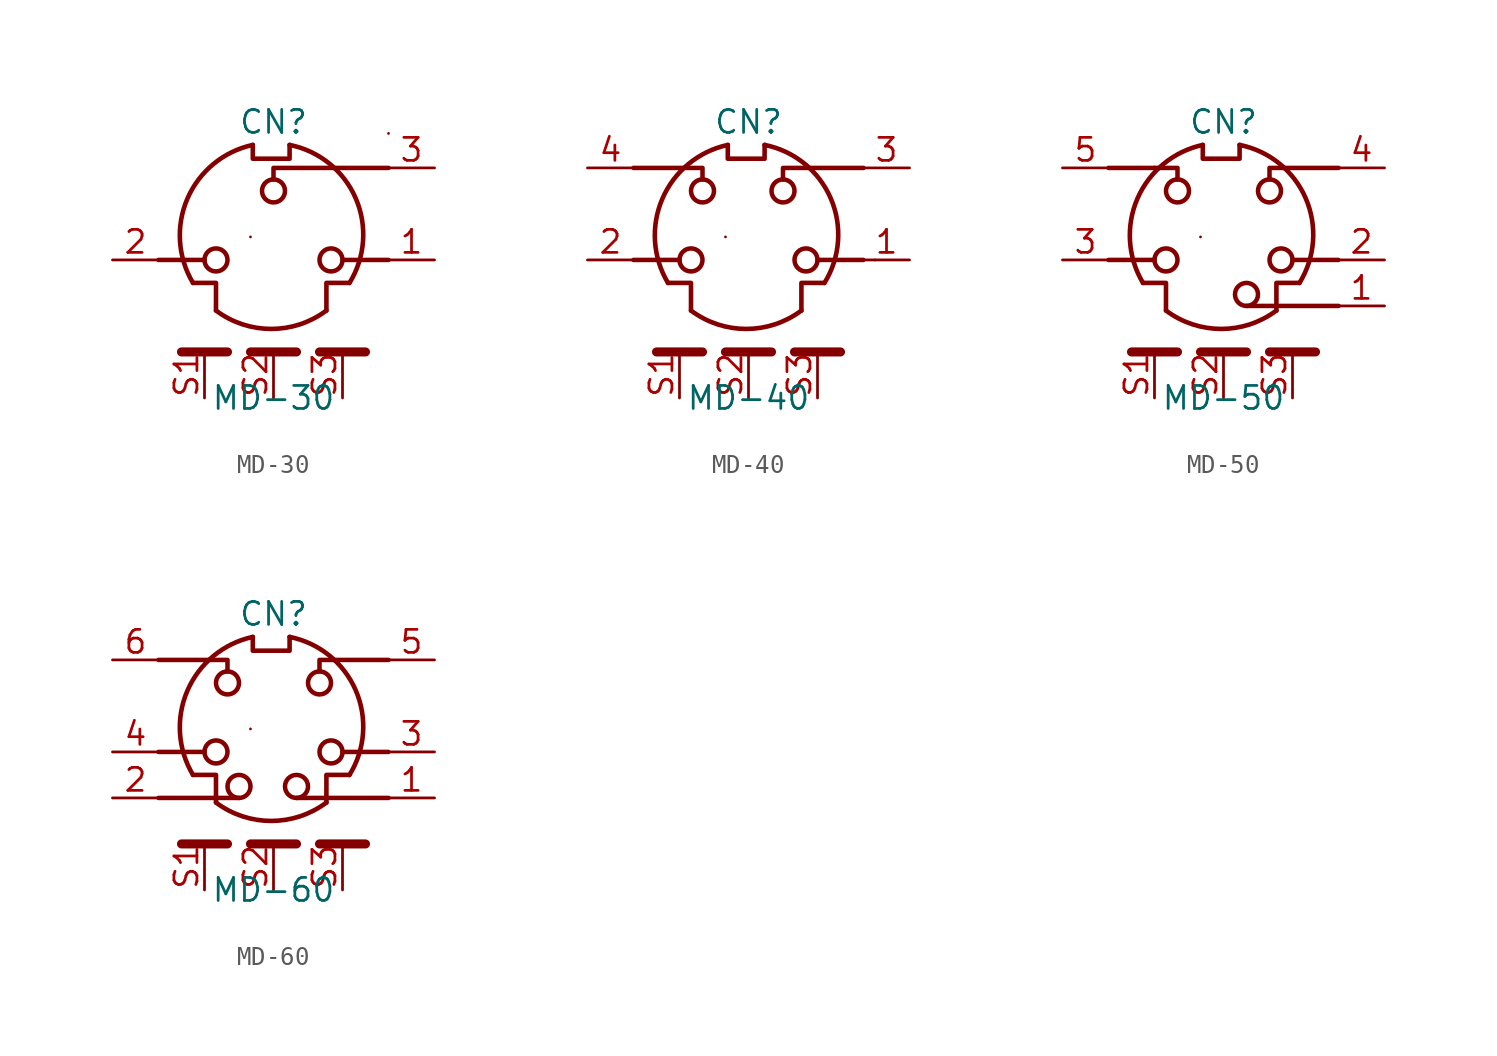
<source format=kicad_sym>
(kicad_symbol_lib
  (version 20211014)
  (generator kicad_symbol_editor)
  (symbol "MD-30"
    (property "Reference" "CN"
      (at 0 6.35 0)
      (effects (font (size 1.27 1.27))))
    (property "Value" "MD-30"
      (at 0 -8.89 0)
      (effects (font (size 1.27 1.27))))
    (symbol "MD-30_0_1"
      (arc (start -3.175 -4.064) (mid -0.127 -5.08) (end 2.921 -4.064) (stroke (width 0.254) (type default) (color 0 0 0 0)) (fill (type none)))
      (circle (center -3.175 -1.27) (radius 0.635) (stroke (width 0.25) (type default) (color 0 0 0 0)) (fill (type none)))
      (rectangle (start -1.27 0) (end -1.27 0) (stroke (width 0) (type default) (color 0 0 0 0)) (fill (type none)))
      (arc (start -1.143 5.08) (mid -4.7511 2.1181) (end -4.445 -2.54) (stroke (width 0.254) (type default) (color 0 0 0 0)) (fill (type none)))
      (polyline (pts (xy -6.35 -1.27) (xy -3.81 -1.27)) (stroke (width 0.25) (type default) (color 0 0 0 0)) (fill (type none)))
      (polyline (pts (xy -5.08 -6.35) (xy -2.54 -6.35)) (stroke (width 0.5) (type default) (color 0 0 0 0)) (fill (type none)))
      (polyline (pts (xy -1.27 -6.35) (xy 1.27 -6.35)) (stroke (width 0.5) (type default) (color 0 0 0 0)) (fill (type none)))
      (polyline (pts (xy 2.54 -6.35) (xy 5.08 -6.35)) (stroke (width 0.5) (type default) (color 0 0 0 0)) (fill (type none)))
      (polyline (pts (xy 3.81 -1.27) (xy 6.35 -1.27)) (stroke (width 0.25) (type default) (color 0 0 0 0)) (fill (type none)))
      (polyline (pts (xy 6.35 5.715) (xy 6.35 5.715)) (stroke (width 0) (type default) (color 0 0 0 0)) (fill (type none)))
      (polyline (pts (xy -4.445 -2.54) (xy -3.175 -2.54) (xy -3.175 -4.064)) (stroke (width 0.254) (type default) (color 0 0 0 0)) (fill (type none)))
      (polyline (pts (xy 0 3.175) (xy 0 3.81) (xy 6.35 3.81)) (stroke (width 0.25) (type default) (color 0 0 0 0)) (fill (type none)))
      (polyline (pts (xy 4.191 -2.54) (xy 2.921 -2.54) (xy 2.921 -4.064)) (stroke (width 0.254) (type default) (color 0 0 0 0)) (fill (type none)))
      (polyline (pts (xy -1.143 5.08) (xy -1.143 4.318) (xy 0.889 4.318) (xy 0.889 5.08)) (stroke (width 0.254) (type default) (color 0 0 0 0)) (fill (type none)))
      (circle (center 0 2.54) (radius 0.635) (stroke (width 0.25) (type default) (color 0 0 0 0)) (fill (type none)))
      (circle (center 3.175 -1.27) (radius 0.635) (stroke (width 0.25) (type default) (color 0 0 0 0)) (fill (type none)))
      (arc (start 4.191 -2.54) (mid 4.5376 2.1357) (end 0.889 5.08) (stroke (width 0.254) (type default) (color 0 0 0 0)) (fill (type none))))
    (symbol "MD-30_1_1"
      (pin passive line (at 8.89 -1.27 180) (length 2.54) (name "" (effects (font (size 1.27 1.27)))) (number "1" (effects (font (size 1.27 1.27)))))
      (pin passive line (at -8.89 -1.27 0) (length 2.54) (name "" (effects (font (size 1.27 1.27)))) (number "2" (effects (font (size 1.27 1.27)))))
      (pin passive line (at 8.89 3.81 180) (length 2.54) (name "" (effects (font (size 1.27 1.27)))) (number "3" (effects (font (size 1.27 1.27)))))
      (pin passive line (at -3.81 -8.89 90) (length 2.54) (name "" (effects (font (size 1.27 1.27)))) (number "S1" (effects (font (size 1.27 1.27)))))
      (pin passive line (at 0 -8.89 90) (length 2.54) (name "" (effects (font (size 1.27 1.27)))) (number "S2" (effects (font (size 1.27 1.27)))))
      (pin passive line (at 3.81 -8.89 90) (length 2.54) (name "" (effects (font (size 1.27 1.27)))) (number "S3" (effects (font (size 1.27 1.27)))))))
  (symbol "MD-40"
    (property "Reference" "CN"
      (at 0 6.35 0)
      (effects (font (size 1.27 1.27))))
    (property "Value" "MD-40"
      (at 0 -8.89 0)
      (effects (font (size 1.27 1.27))))
    (symbol "MD-40_0_1"
      (arc (start -3.175 -4.064) (mid -0.127 -5.08) (end 2.921 -4.064) (stroke (width 0.254) (type default) (color 0 0 0 0)) (fill (type none)))
      (circle (center -3.175 -1.27) (radius 0.635) (stroke (width 0.25) (type default) (color 0 0 0 0)) (fill (type none)))
      (circle (center -2.54 2.54) (radius 0.635) (stroke (width 0.25) (type default) (color 0 0 0 0)) (fill (type none)))
      (rectangle (start -1.27 0) (end -1.27 0) (stroke (width 0) (type default) (color 0 0 0 0)) (fill (type none)))
      (arc (start -1.143 5.08) (mid -4.7511 2.1181) (end -4.445 -2.54) (stroke (width 0.254) (type default) (color 0 0 0 0)) (fill (type none)))
      (polyline (pts (xy -6.35 -1.27) (xy -3.81 -1.27)) (stroke (width 0.25) (type default) (color 0 0 0 0)) (fill (type none)))
      (polyline (pts (xy -5.08 -6.35) (xy -2.54 -6.35)) (stroke (width 0.5) (type default) (color 0 0 0 0)) (fill (type none)))
      (polyline (pts (xy -1.27 -6.35) (xy 1.27 -6.35)) (stroke (width 0.5) (type default) (color 0 0 0 0)) (fill (type none)))
      (polyline (pts (xy 2.54 -6.35) (xy 5.08 -6.35)) (stroke (width 0.5) (type default) (color 0 0 0 0)) (fill (type none)))
      (polyline (pts (xy 3.81 -1.27) (xy 6.34 -1.27)) (stroke (width 0.25) (type default) (color 0 0 0 0)) (fill (type none)))
      (polyline (pts (xy 6.985 -1.27) (xy 6.985 -1.27)) (stroke (width 0) (type default) (color 0 0 0 0)) (fill (type none)))
      (polyline (pts (xy -6.35 3.81) (xy -2.54 3.81) (xy -2.54 3.175)) (stroke (width 0.25) (type default) (color 0 0 0 0)) (fill (type none)))
      (polyline (pts (xy -4.445 -2.54) (xy -3.175 -2.54) (xy -3.175 -4.064)) (stroke (width 0.254) (type default) (color 0 0 0 0)) (fill (type none)))
      (polyline (pts (xy 1.905 3.175) (xy 1.905 3.81) (xy 6.35 3.81)) (stroke (width 0.25) (type default) (color 0 0 0 0)) (fill (type none)))
      (polyline (pts (xy 4.191 -2.54) (xy 2.921 -2.54) (xy 2.921 -4.064)) (stroke (width 0.254) (type default) (color 0 0 0 0)) (fill (type none)))
      (polyline (pts (xy -1.143 5.08) (xy -1.143 4.318) (xy 0.889 4.318) (xy 0.889 5.08)) (stroke (width 0.254) (type default) (color 0 0 0 0)) (fill (type none)))
      (circle (center 1.905 2.54) (radius 0.635) (stroke (width 0.25) (type default) (color 0 0 0 0)) (fill (type none)))
      (circle (center 3.175 -1.27) (radius 0.635) (stroke (width 0.25) (type default) (color 0 0 0 0)) (fill (type none)))
      (arc (start 4.191 -2.54) (mid 4.5376 2.1357) (end 0.889 5.08) (stroke (width 0.254) (type default) (color 0 0 0 0)) (fill (type none))))
    (symbol "MD-40_1_1"
      (pin passive line (at 8.89 -1.27 180) (length 2.54) (name "" (effects (font (size 1.27 1.27)))) (number "1" (effects (font (size 1.27 1.27)))))
      (pin passive line (at -8.89 -1.27 0) (length 2.54) (name "" (effects (font (size 1.27 1.27)))) (number "2" (effects (font (size 1.27 1.27)))))
      (pin passive line (at 8.89 3.81 180) (length 2.54) (name "" (effects (font (size 1.27 1.27)))) (number "3" (effects (font (size 1.27 1.27)))))
      (pin passive line (at -8.89 3.81 0) (length 2.54) (name "" (effects (font (size 1.27 1.27)))) (number "4" (effects (font (size 1.27 1.27)))))
      (pin passive line (at -3.81 -8.89 90) (length 2.54) (name "" (effects (font (size 1.27 1.27)))) (number "S1" (effects (font (size 1.27 1.27)))))
      (pin passive line (at 0 -8.89 90) (length 2.54) (name "" (effects (font (size 1.27 1.27)))) (number "S2" (effects (font (size 1.27 1.27)))))
      (pin passive line (at 3.81 -8.89 90) (length 2.54) (name "" (effects (font (size 1.27 1.27)))) (number "S3" (effects (font (size 1.27 1.27)))))))
  (symbol "MD-50"
    (property "Reference" "CN"
      (at 0 6.35 0)
      (effects (font (size 1.27 1.27))))
    (property "Value" "MD-50"
      (at 0 -8.89 0)
      (effects (font (size 1.27 1.27))))
    (symbol "MD-50_0_1"
      (arc (start -3.175 -4.064) (mid -0.127 -5.08) (end 2.921 -4.064) (stroke (width 0.254) (type default) (color 0 0 0 0)) (fill (type none)))
      (circle (center -3.175 -1.27) (radius 0.635) (stroke (width 0.25) (type default) (color 0 0 0 0)) (fill (type none)))
      (circle (center -2.54 2.54) (radius 0.635) (stroke (width 0.25) (type default) (color 0 0 0 0)) (fill (type none)))
      (rectangle (start -1.27 0) (end -1.27 0) (stroke (width 0) (type default) (color 0 0 0 0)) (fill (type none)))
      (arc (start -1.143 5.08) (mid -4.7511 2.1181) (end -4.445 -2.54) (stroke (width 0.254) (type default) (color 0 0 0 0)) (fill (type none)))
      (polyline (pts (xy -6.35 -1.27) (xy -3.81 -1.27)) (stroke (width 0.25) (type default) (color 0 0 0 0)) (fill (type none)))
      (polyline (pts (xy -5.08 -6.35) (xy -2.54 -6.35)) (stroke (width 0.5) (type default) (color 0 0 0 0)) (fill (type none)))
      (polyline (pts (xy -3.81 3.81) (xy -3.81 3.81)) (stroke (width 0.25) (type default) (color 0 0 0 0)) (fill (type none)))
      (polyline (pts (xy -1.27 -6.35) (xy 1.27 -6.35)) (stroke (width 0.5) (type default) (color 0 0 0 0)) (fill (type none)))
      (polyline (pts (xy 2.54 -6.35) (xy 5.08 -6.35)) (stroke (width 0.5) (type default) (color 0 0 0 0)) (fill (type none)))
      (polyline (pts (xy 3.81 -1.27) (xy 6.34 -1.27)) (stroke (width 0.25) (type default) (color 0 0 0 0)) (fill (type none)))
      (polyline (pts (xy -6.35 3.81) (xy -2.54 3.81) (xy -2.54 3.175)) (stroke (width 0.25) (type default) (color 0 0 0 0)) (fill (type none)))
      (polyline (pts (xy -4.445 -2.54) (xy -3.175 -2.54) (xy -3.175 -4.064)) (stroke (width 0.254) (type default) (color 0 0 0 0)) (fill (type none)))
      (polyline (pts (xy 1.27 -3.81) (xy 1.27 -3.81) (xy 6.35 -3.81)) (stroke (width 0.25) (type default) (color 0 0 0 0)) (fill (type none)))
      (polyline (pts (xy 2.54 3.175) (xy 2.54 3.81) (xy 6.35 3.81)) (stroke (width 0.25) (type default) (color 0 0 0 0)) (fill (type none)))
      (polyline (pts (xy 4.191 -2.54) (xy 2.921 -2.54) (xy 2.921 -4.064)) (stroke (width 0.254) (type default) (color 0 0 0 0)) (fill (type none)))
      (polyline (pts (xy -1.143 5.08) (xy -1.143 4.318) (xy 0.889 4.318) (xy 0.889 5.08)) (stroke (width 0.254) (type default) (color 0 0 0 0)) (fill (type none)))
      (circle (center 1.27 -3.175) (radius 0.635) (stroke (width 0.25) (type default) (color 0 0 0 0)) (fill (type none)))
      (circle (center 2.54 2.54) (radius 0.635) (stroke (width 0.25) (type default) (color 0 0 0 0)) (fill (type none)))
      (circle (center 3.175 -1.27) (radius 0.635) (stroke (width 0.25) (type default) (color 0 0 0 0)) (fill (type none)))
      (arc (start 4.191 -2.54) (mid 4.5376 2.1357) (end 0.889 5.08) (stroke (width 0.254) (type default) (color 0 0 0 0)) (fill (type none))))
    (symbol "MD-50_1_1"
      (pin passive line (at 8.89 -3.81 180) (length 2.54) (name "" (effects (font (size 1.27 1.27)))) (number "1" (effects (font (size 1.27 1.27)))))
      (pin passive line (at 8.89 -1.27 180) (length 2.54) (name "" (effects (font (size 1.27 1.27)))) (number "2" (effects (font (size 1.27 1.27)))))
      (pin passive line (at -8.89 -1.27 0) (length 2.54) (name "" (effects (font (size 1.27 1.27)))) (number "3" (effects (font (size 1.27 1.27)))))
      (pin passive line (at 8.89 3.81 180) (length 2.54) (name "" (effects (font (size 1.27 1.27)))) (number "4" (effects (font (size 1.27 1.27)))))
      (pin passive line (at -8.89 3.81 0) (length 2.54) (name "" (effects (font (size 1.27 1.27)))) (number "5" (effects (font (size 1.27 1.27)))))
      (pin passive line (at -3.81 -8.89 90) (length 2.54) (name "" (effects (font (size 1.27 1.27)))) (number "S1" (effects (font (size 1.27 1.27)))))
      (pin passive line (at 0 -8.89 90) (length 2.54) (name "" (effects (font (size 1.27 1.27)))) (number "S2" (effects (font (size 1.27 1.27)))))
      (pin passive line (at 3.81 -8.89 90) (length 2.54) (name "" (effects (font (size 1.27 1.27)))) (number "S3" (effects (font (size 1.27 1.27)))))))
  (symbol "MD-60"
    (property "Reference" "CN"
      (at 0 6.35 0)
      (effects (font (size 1.27 1.27))))
    (property "Value" "MD-60"
      (at 0 -8.89 0)
      (effects (font (size 1.27 1.27))))
    (symbol "MD-60_0_1"
      (arc (start -3.175 -4.064) (mid -0.127 -5.08) (end 2.921 -4.064) (stroke (width 0.254) (type default) (color 0 0 0 0)) (fill (type none)))
      (circle (center -3.175 -1.27) (radius 0.635) (stroke (width 0.25) (type default) (color 0 0 0 0)) (fill (type none)))
      (circle (center -2.54 2.54) (radius 0.635) (stroke (width 0.25) (type default) (color 0 0 0 0)) (fill (type none)))
      (circle (center -1.905 -3.175) (radius 0.635) (stroke (width 0.25) (type default) (color 0 0 0 0)) (fill (type none)))
      (rectangle (start -1.27 0) (end -1.27 0) (stroke (width 0) (type default) (color 0 0 0 0)) (fill (type none)))
      (arc (start -1.143 5.08) (mid -4.7511 2.1181) (end -4.445 -2.54) (stroke (width 0.254) (type default) (color 0 0 0 0)) (fill (type none)))
      (polyline (pts (xy -6.35 -1.27) (xy -3.81 -1.27)) (stroke (width 0.25) (type default) (color 0 0 0 0)) (fill (type none)))
      (polyline (pts (xy -5.08 -6.35) (xy -2.54 -6.35)) (stroke (width 0.5) (type default) (color 0 0 0 0)) (fill (type none)))
      (polyline (pts (xy -1.27 -6.35) (xy 1.27 -6.35)) (stroke (width 0.5) (type default) (color 0 0 0 0)) (fill (type none)))
      (polyline (pts (xy 2.54 -6.35) (xy 5.08 -6.35)) (stroke (width 0.5) (type default) (color 0 0 0 0)) (fill (type none)))
      (polyline (pts (xy 3.81 -1.27) (xy 6.34 -1.27)) (stroke (width 0.25) (type default) (color 0 0 0 0)) (fill (type none)))
      (polyline (pts (xy -6.35 3.81) (xy -2.54 3.81) (xy -2.54 3.175)) (stroke (width 0.25) (type default) (color 0 0 0 0)) (fill (type none)))
      (polyline (pts (xy -4.445 -2.54) (xy -3.175 -2.54) (xy -3.175 -4.064)) (stroke (width 0.254) (type default) (color 0 0 0 0)) (fill (type none)))
      (polyline (pts (xy -1.905 -3.81) (xy -1.905 -3.81) (xy -6.35 -3.81)) (stroke (width 0.25) (type default) (color 0 0 0 0)) (fill (type none)))
      (polyline (pts (xy 1.27 -3.81) (xy 1.27 -3.81) (xy 6.35 -3.81)) (stroke (width 0.25) (type default) (color 0 0 0 0)) (fill (type none)))
      (polyline (pts (xy 2.54 3.175) (xy 2.54 3.81) (xy 6.35 3.81)) (stroke (width 0.25) (type default) (color 0 0 0 0)) (fill (type none)))
      (polyline (pts (xy 4.191 -2.54) (xy 2.921 -2.54) (xy 2.921 -4.064)) (stroke (width 0.254) (type default) (color 0 0 0 0)) (fill (type none)))
      (polyline (pts (xy -1.143 5.08) (xy -1.143 4.318) (xy 0.889 4.318) (xy 0.889 5.08)) (stroke (width 0.254) (type default) (color 0 0 0 0)) (fill (type none)))
      (circle (center 1.27 -3.175) (radius 0.635) (stroke (width 0.25) (type default) (color 0 0 0 0)) (fill (type none)))
      (circle (center 2.54 2.54) (radius 0.635) (stroke (width 0.25) (type default) (color 0 0 0 0)) (fill (type none)))
      (circle (center 3.175 -1.27) (radius 0.635) (stroke (width 0.25) (type default) (color 0 0 0 0)) (fill (type none)))
      (arc (start 4.191 -2.54) (mid 4.5376 2.1357) (end 0.889 5.08) (stroke (width 0.254) (type default) (color 0 0 0 0)) (fill (type none))))
    (symbol "MD-60_1_1"
      (pin passive line (at 8.89 -3.81 180) (length 2.54) (name "" (effects (font (size 1.27 1.27)))) (number "1" (effects (font (size 1.27 1.27)))))
      (pin passive line (at -8.89 -3.81 0) (length 2.54) (name "" (effects (font (size 1.27 1.27)))) (number "2" (effects (font (size 1.27 1.27)))))
      (pin passive line (at 8.89 -1.27 180) (length 2.54) (name "" (effects (font (size 1.27 1.27)))) (number "3" (effects (font (size 1.27 1.27)))))
      (pin passive line (at -8.89 -1.27 0) (length 2.54) (name "" (effects (font (size 1.27 1.27)))) (number "4" (effects (font (size 1.27 1.27)))))
      (pin passive line (at 8.89 3.81 180) (length 2.54) (name "" (effects (font (size 1.27 1.27)))) (number "5" (effects (font (size 1.27 1.27)))))
      (pin passive line (at -8.89 3.81 0) (length 2.54) (name "" (effects (font (size 1.27 1.27)))) (number "6" (effects (font (size 1.27 1.27)))))
      (pin passive line (at -3.81 -8.89 90) (length 2.54) (name "" (effects (font (size 1.27 1.27)))) (number "S1" (effects (font (size 1.27 1.27)))))
      (pin passive line (at 0 -8.89 90) (length 2.54) (name "" (effects (font (size 1.27 1.27)))) (number "S2" (effects (font (size 1.27 1.27)))))
      (pin passive line (at 3.81 -8.89 90) (length 2.54) (name "" (effects (font (size 1.27 1.27)))) (number "S3" (effects (font (size 1.27 1.27))))))))
</source>
